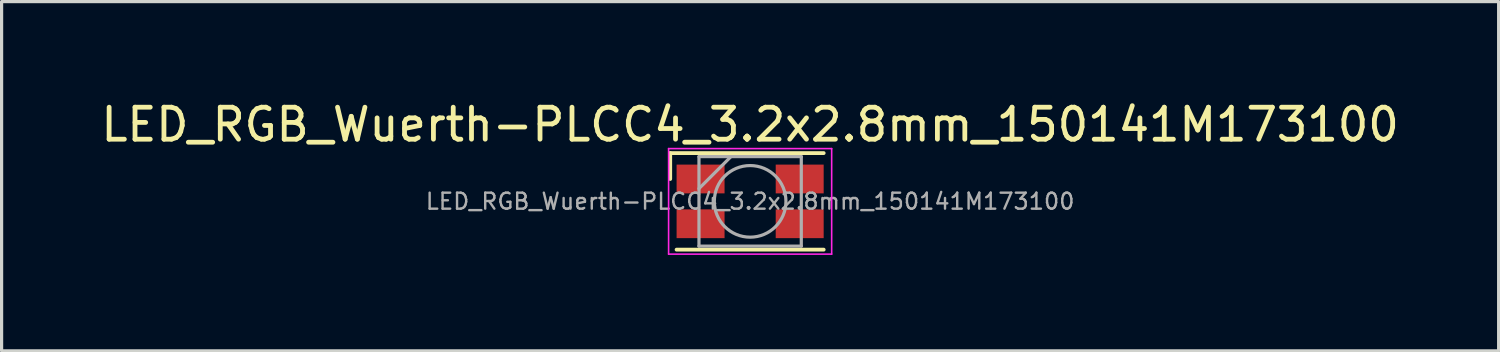
<source format=kicad_pcb>
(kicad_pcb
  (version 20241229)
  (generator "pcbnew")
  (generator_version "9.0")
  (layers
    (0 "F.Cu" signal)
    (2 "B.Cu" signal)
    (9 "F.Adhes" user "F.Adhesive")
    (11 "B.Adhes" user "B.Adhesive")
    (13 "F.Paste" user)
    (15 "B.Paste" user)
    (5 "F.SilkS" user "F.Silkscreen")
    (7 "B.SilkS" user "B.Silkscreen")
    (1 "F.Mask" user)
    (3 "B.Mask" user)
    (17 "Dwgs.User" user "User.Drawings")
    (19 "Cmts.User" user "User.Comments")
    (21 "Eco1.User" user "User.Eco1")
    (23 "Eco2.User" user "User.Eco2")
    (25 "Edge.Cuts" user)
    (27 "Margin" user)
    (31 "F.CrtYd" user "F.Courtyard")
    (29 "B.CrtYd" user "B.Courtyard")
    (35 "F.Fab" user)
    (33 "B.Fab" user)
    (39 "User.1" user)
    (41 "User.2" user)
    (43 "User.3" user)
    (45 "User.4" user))
  (footprint "LED_RGB_Wuerth-PLCC4_3.2x2.8mm_150141M173100"
    (layer "F.Cu")
    (at 20.411 3.248)
    (property "Reference" "LED_RGB_Wuerth-PLCC4_3.2x2.8mm_150141M173100" (at 0 -2.4 0) (layer "F.SilkS") (effects (font (size 1 1) (thickness 0.15))))
    (attr smd)
    (fp_line (start -2.5 -1.51) (end 2.3 -1.51) (stroke (width 0.12) (type solid)) (layer "F.SilkS"))
    (fp_line (start -2.5 -0.7) (end -2.5 -1.51) (stroke (width 0.12) (type solid)) (layer "F.SilkS"))
    (fp_line (start -2.3 1.51) (end 2.3 1.51) (stroke (width 0.12) (type solid)) (layer "F.SilkS"))
    (fp_line (start -2.55 -1.65) (end -2.55 1.65) (stroke (width 0.05) (type solid)) (layer "F.CrtYd"))
    (fp_line (start -2.55 1.65) (end 2.55 1.65) (stroke (width 0.05) (type solid)) (layer "F.CrtYd"))
    (fp_line (start 2.55 -1.65) (end -2.55 -1.65) (stroke (width 0.05) (type solid)) (layer "F.CrtYd"))
    (fp_line (start 2.55 1.65) (end 2.55 -1.65) (stroke (width 0.05) (type solid)) (layer "F.CrtYd"))
    (fp_line (start -1.6 -1.4) (end -1.6 1.4) (stroke (width 0.1) (type solid)) (layer "F.Fab"))
    (fp_line (start -1.6 1.4) (end 1.6 1.4) (stroke (width 0.1) (type solid)) (layer "F.Fab"))
    (fp_line (start -0.6 -1.4) (end -1.6 -0.4) (stroke (width 0.1) (type solid)) (layer "F.Fab"))
    (fp_line (start 1.6 -1.4) (end -1.6 -1.4) (stroke (width 0.1) (type solid)) (layer "F.Fab"))
    (fp_line (start 1.6 1.4) (end 1.6 -1.4) (stroke (width 0.1) (type solid)) (layer "F.Fab"))
    (fp_circle (center 0 0) (end 1.12 0) (stroke (width 0.1) (type solid)) (fill no) (layer "F.Fab"))
    (fp_text user "${REFERENCE}" (at 0 0 0) (layer "F.Fab") (effects (font (size 0.5 0.5) (thickness 0.075))))
    (pad "1" smd rect (at 1.55 -0.7) (size 1.5 0.9) (layers "F.Cu" "F.Mask" "F.Paste"))
    (pad "2" smd rect (at 1.55 0.7) (size 1.5 0.9) (layers "F.Cu" "F.Mask" "F.Paste"))
    (pad "3" smd rect (at -1.55 -0.7) (size 1.5 0.9) (layers "F.Cu" "F.Mask" "F.Paste"))
    (pad "4" smd rect (at -1.55 0.7) (size 1.5 0.9) (layers "F.Cu" "F.Mask" "F.Paste")))
  (gr_rect
    (start -3 -3)
    (end 43.821 7.923)
    (stroke (width 0.1) (type default))
    (fill no)
    (layer "Edge.Cuts")))
</source>
